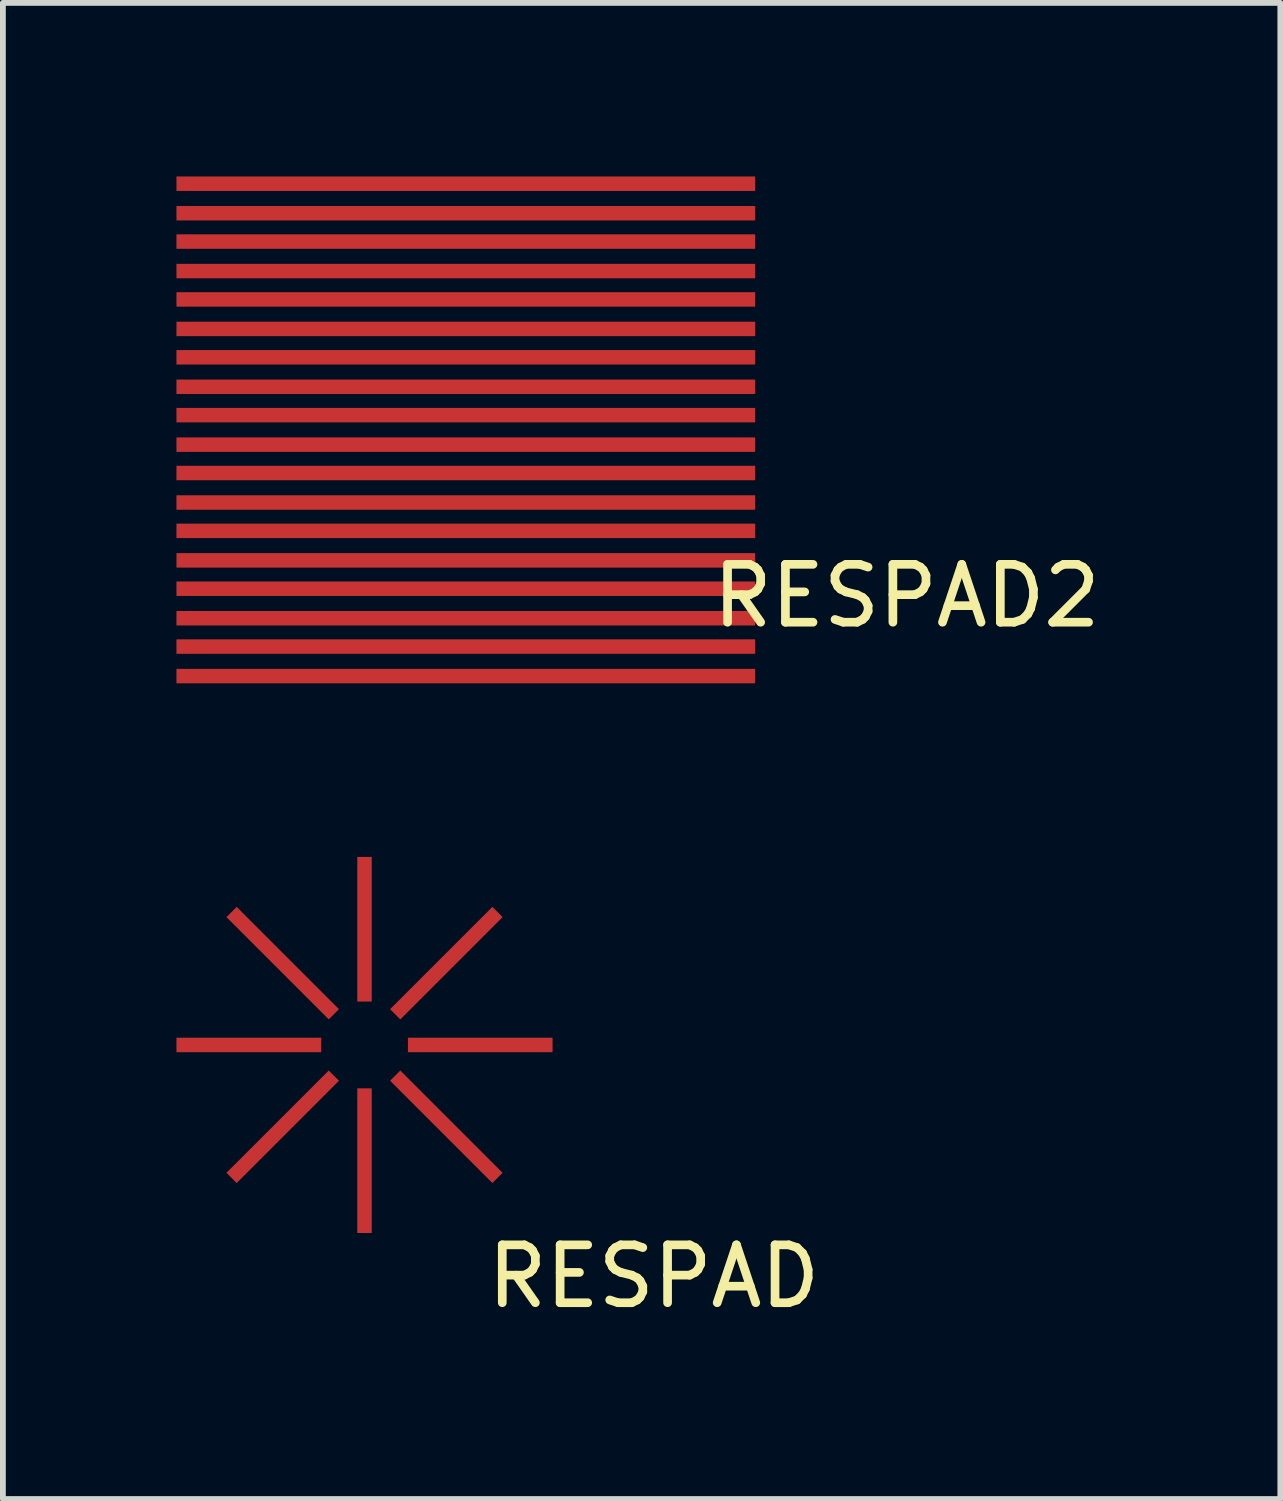
<source format=kicad_pcb>
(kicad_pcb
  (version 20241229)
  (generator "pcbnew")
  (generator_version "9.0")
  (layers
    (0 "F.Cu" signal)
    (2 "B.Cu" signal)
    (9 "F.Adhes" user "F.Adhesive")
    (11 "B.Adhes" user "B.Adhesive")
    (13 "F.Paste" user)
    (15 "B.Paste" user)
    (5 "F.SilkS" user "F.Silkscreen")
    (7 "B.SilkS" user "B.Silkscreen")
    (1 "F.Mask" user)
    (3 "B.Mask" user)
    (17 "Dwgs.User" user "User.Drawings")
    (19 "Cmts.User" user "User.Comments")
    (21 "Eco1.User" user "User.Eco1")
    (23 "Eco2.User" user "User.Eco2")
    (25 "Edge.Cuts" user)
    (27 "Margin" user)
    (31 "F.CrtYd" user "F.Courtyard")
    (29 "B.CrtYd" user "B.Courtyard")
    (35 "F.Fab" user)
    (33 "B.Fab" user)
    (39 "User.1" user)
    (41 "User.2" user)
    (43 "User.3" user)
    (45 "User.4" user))
  (footprint "RESPAD"
    (layer "F.Cu")
    (at 3.25 15.01)
    (property "Reference" "RESPAD" (at 5 4 0) (layer "F.SilkS") (effects (font (size 1 1) (thickness 0.15))))
    (attr through_hole)
    (pad "1" smd rect (at -2 0) (size 2.5 0.25) (layers "F.Cu" "F.Mask" "F.Paste"))
    (pad "1" smd rect (at 0 -2 90) (size 2.5 0.25) (layers "F.Cu" "F.Mask" "F.Paste"))
    (pad "1" smd rect (at 0 2 90) (size 2.5 0.25) (layers "F.Cu" "F.Mask" "F.Paste"))
    (pad "1" smd rect (at 2 0) (size 2.5 0.25) (layers "F.Cu" "F.Mask" "F.Paste"))
    (pad "2" smd rect (at -1.414 -1.414 135) (size 2.5 0.25) (layers "F.Cu" "F.Mask" "F.Paste"))
    (pad "2" smd rect (at -1.414 1.414 45) (size 2.5 0.25) (layers "F.Cu" "F.Mask" "F.Paste"))
    (pad "2" smd rect (at 1.414 -1.414 45) (size 2.5 0.25) (layers "F.Cu" "F.Mask" "F.Paste"))
    (pad "2" smd rect (at 1.414 1.414 135) (size 2.5 0.25) (layers "F.Cu" "F.Mask" "F.Paste")))
  (footprint "RESPAD2"
    (layer "F.Cu")
    (at 5 3.451)
    (property "Reference" "RESPAD2" (at 7.62 3.798 0) (layer "F.SilkS") (effects (font (size 1 1) (thickness 0.15))))
    (attr through_hole)
    (pad "1" smd rect (at 0 -2.816) (size 10 0.25) (layers "F.Cu" "F.Mask" "F.Paste"))
    (pad "1" smd rect (at 0 -1.816) (size 10 0.25) (layers "F.Cu" "F.Mask" "F.Paste"))
    (pad "1" smd rect (at 0 -0.816) (size 10 0.25) (layers "F.Cu" "F.Mask" "F.Paste"))
    (pad "1" smd rect (at 0 0.184) (size 10 0.25) (layers "F.Cu" "F.Mask" "F.Paste"))
    (pad "1" smd rect (at 0 1.184) (size 10 0.25) (layers "F.Cu" "F.Mask" "F.Paste"))
    (pad "1" smd rect (at 0 2.184) (size 10 0.25) (layers "F.Cu" "F.Mask" "F.Paste"))
    (pad "1" smd rect (at 0 3.184) (size 10 0.25) (layers "F.Cu" "F.Mask" "F.Paste"))
    (pad "1" smd rect (at 0 4.184) (size 10 0.25) (layers "F.Cu" "F.Mask" "F.Paste"))
    (pad "1" smd rect (at 0 5.184) (size 10 0.25) (layers "F.Cu" "F.Mask" "F.Paste"))
    (pad "2" smd rect (at 0 -3.326) (size 10 0.25) (layers "F.Cu" "F.Mask" "F.Paste"))
    (pad "2" smd rect (at 0 -2.326) (size 10 0.25) (layers "F.Cu" "F.Mask" "F.Paste"))
    (pad "2" smd rect (at 0 -1.326) (size 10 0.25) (layers "F.Cu" "F.Mask" "F.Paste"))
    (pad "2" smd rect (at 0 -0.326) (size 10 0.25) (layers "F.Cu" "F.Mask" "F.Paste"))
    (pad "2" smd rect (at 0 0.674) (size 10 0.25) (layers "F.Cu" "F.Mask" "F.Paste"))
    (pad "2" smd rect (at 0 1.674) (size 10 0.25) (layers "F.Cu" "F.Mask" "F.Paste"))
    (pad "2" smd rect (at 0 2.674) (size 10 0.25) (layers "F.Cu" "F.Mask" "F.Paste"))
    (pad "2" smd rect (at 0 3.674) (size 10 0.25) (layers "F.Cu" "F.Mask" "F.Paste"))
    (pad "2" smd rect (at 0 4.674) (size 10 0.25) (layers "F.Cu" "F.Mask" "F.Paste")))
  (gr_rect
    (start -3 -3)
    (end 19.078 22.858)
    (stroke (width 0.1) (type default))
    (fill no)
    (layer "Edge.Cuts")))
</source>
